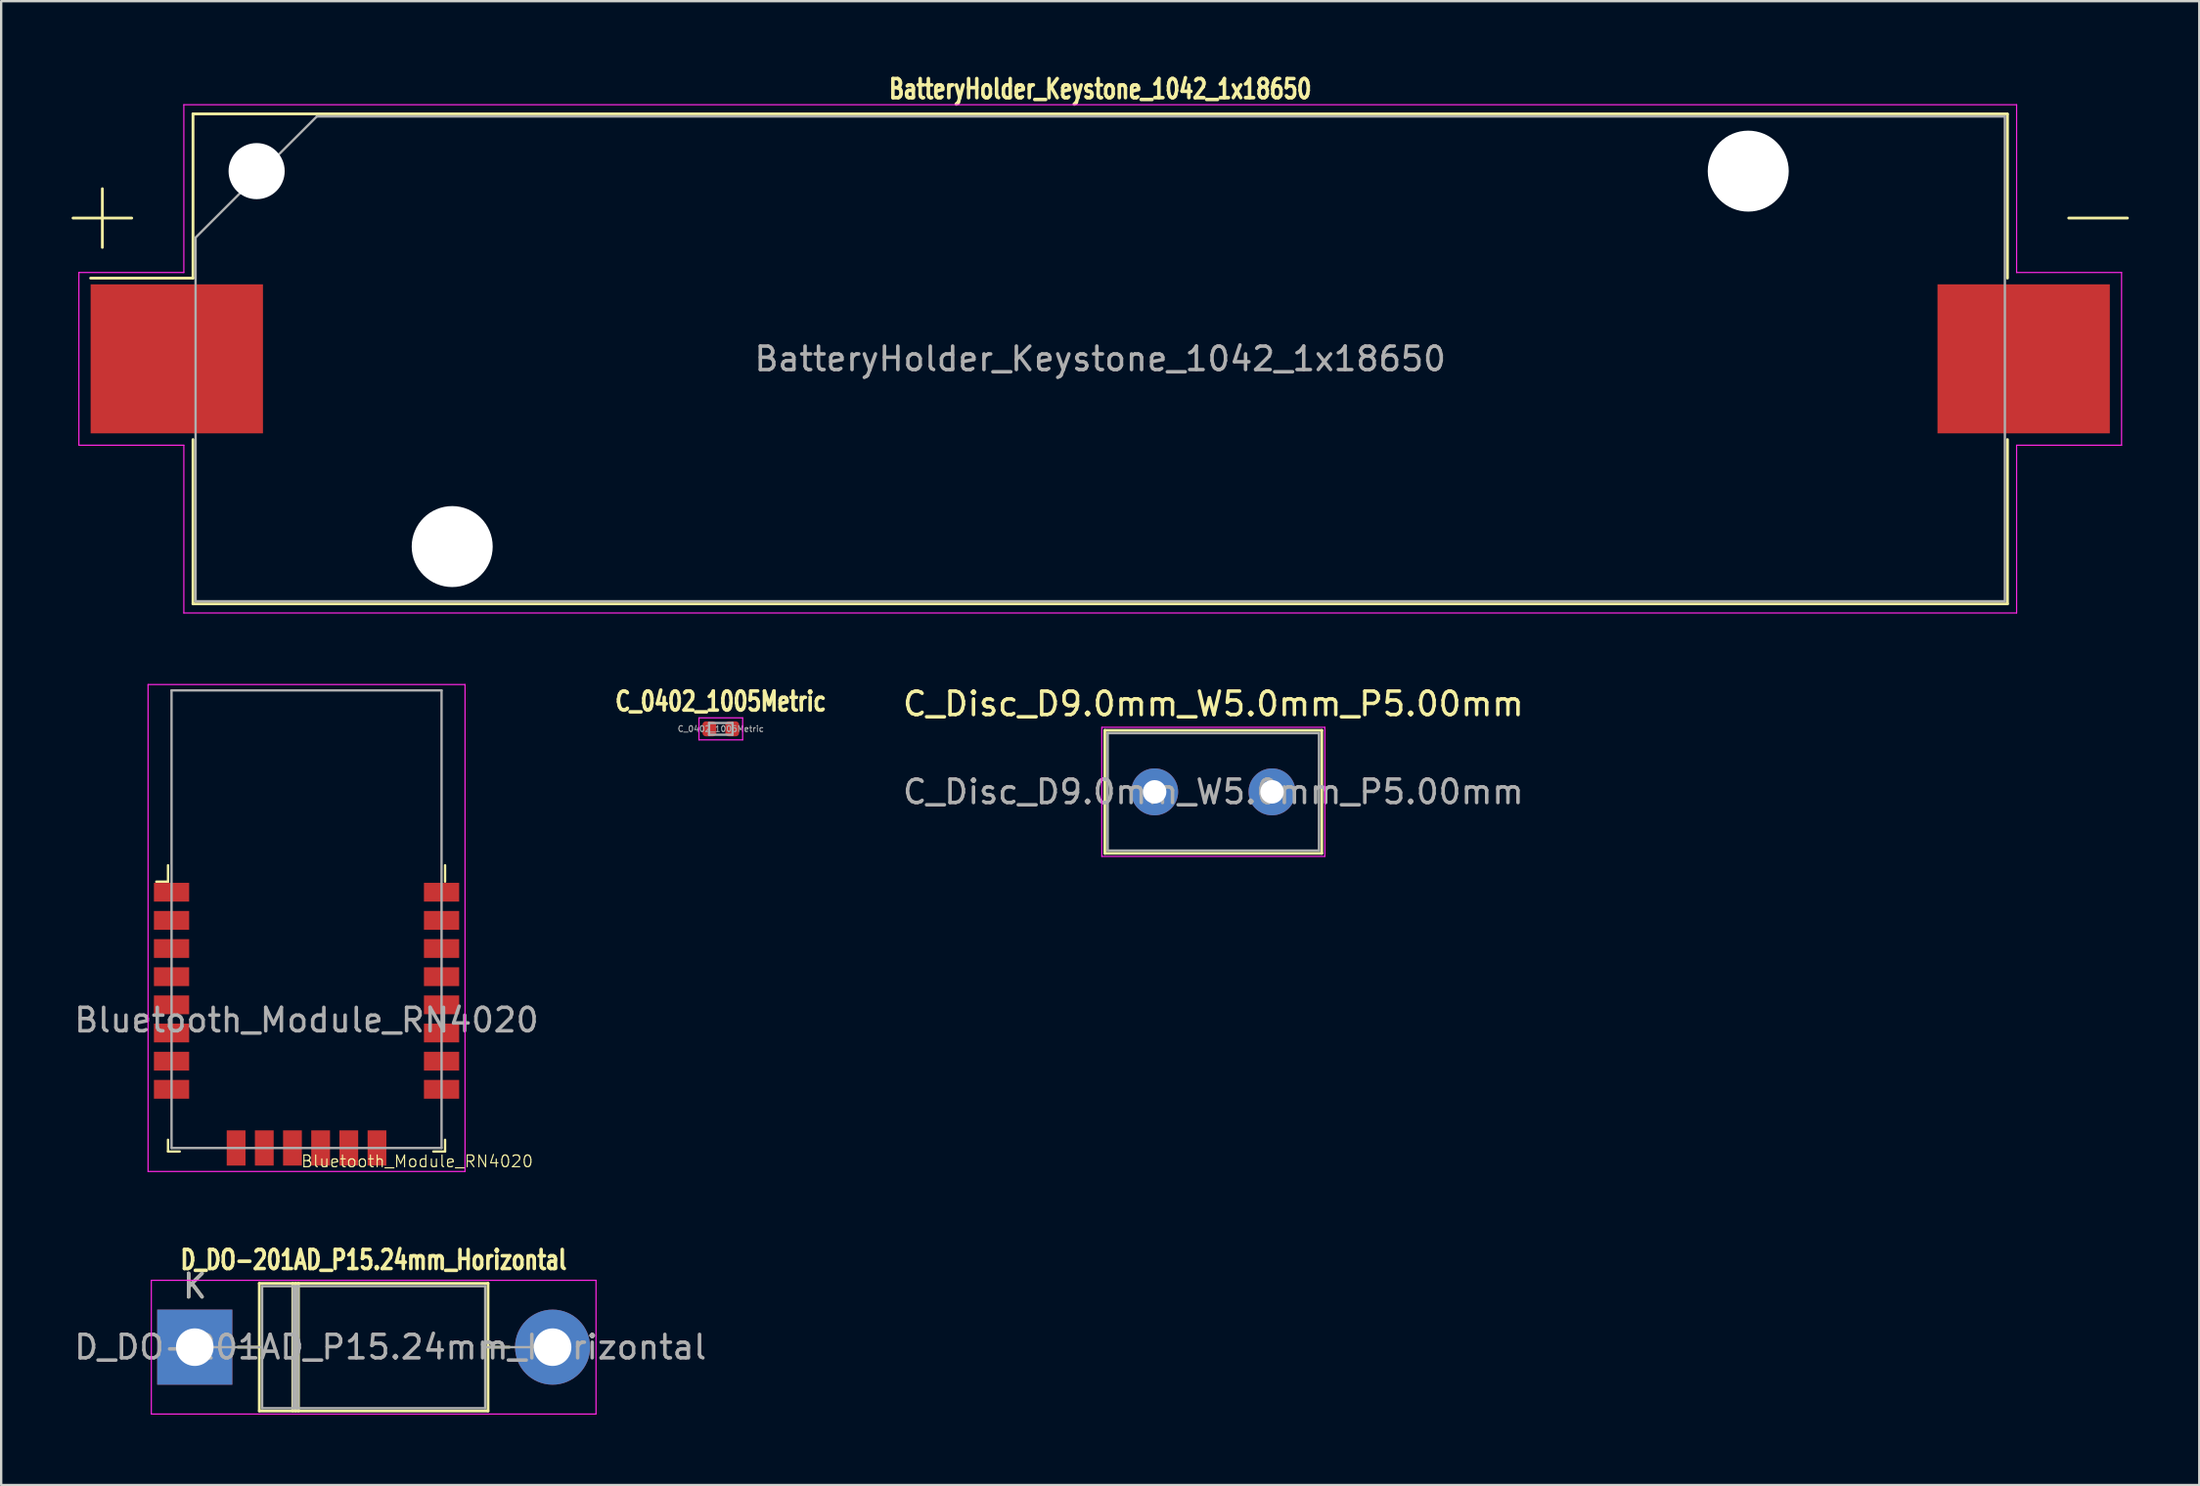
<source format=kicad_pcb>
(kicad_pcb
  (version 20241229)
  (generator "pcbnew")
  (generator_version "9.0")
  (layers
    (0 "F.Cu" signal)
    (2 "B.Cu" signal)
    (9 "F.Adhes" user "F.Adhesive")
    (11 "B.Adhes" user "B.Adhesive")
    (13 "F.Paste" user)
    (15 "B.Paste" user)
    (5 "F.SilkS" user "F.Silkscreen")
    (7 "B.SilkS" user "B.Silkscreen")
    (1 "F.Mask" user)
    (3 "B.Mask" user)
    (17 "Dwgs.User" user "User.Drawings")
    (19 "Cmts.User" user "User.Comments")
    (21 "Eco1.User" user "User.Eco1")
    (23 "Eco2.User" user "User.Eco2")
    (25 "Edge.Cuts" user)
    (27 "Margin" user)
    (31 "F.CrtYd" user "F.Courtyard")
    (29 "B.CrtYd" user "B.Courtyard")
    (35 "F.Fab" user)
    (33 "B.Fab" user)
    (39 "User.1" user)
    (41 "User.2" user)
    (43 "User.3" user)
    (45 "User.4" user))
  (footprint "Bluetooth_Module_RN4020"
    (layer "F.Cu")
    (at 10.006 40.423)
    (property "Reference" "Bluetooth_Module_RN4020" (at 4.71 6.02 0) (layer "F.SilkS") (effects (font (size 0.5 0.5) (thickness 0.05))))
    (attr through_hole)
    (fp_line (start -5.9 -5.9) (end -6.4 -5.9) (stroke (width 0.1) (type solid)) (layer "F.SilkS"))
    (fp_line (start -5.9 -5.9) (end -5.9 -6.6) (stroke (width 0.1) (type solid)) (layer "F.SilkS"))
    (fp_line (start -5.9 5.6) (end -5.9 5.1) (stroke (width 0.1) (type solid)) (layer "F.SilkS"))
    (fp_line (start -5.9 5.6) (end -5.4 5.6) (stroke (width 0.1) (type solid)) (layer "F.SilkS"))
    (fp_line (start 5.9 -5.9) (end 5.9 -6.6) (stroke (width 0.1) (type solid)) (layer "F.SilkS"))
    (fp_line (start 5.9 5.6) (end 5.4 5.6) (stroke (width 0.1) (type solid)) (layer "F.SilkS"))
    (fp_line (start 5.9 5.6) (end 5.9 5.1) (stroke (width 0.1) (type solid)) (layer "F.SilkS"))
    (fp_line (start -6.75 -14.3) (end 6.75 -14.3) (stroke (width 0.05) (type solid)) (layer "F.CrtYd"))
    (fp_line (start -6.75 6.45) (end -6.75 -14.3) (stroke (width 0.05) (type solid)) (layer "F.CrtYd"))
    (fp_line (start -6.75 6.45) (end 6.75 6.45) (stroke (width 0.05) (type solid)) (layer "F.CrtYd"))
    (fp_line (start 6.75 6.45) (end 6.75 -14.3) (stroke (width 0.05) (type solid)) (layer "F.CrtYd"))
    (fp_line (start -5.75 -14.05) (end -5.75 5.45) (stroke (width 0.1) (type solid)) (layer "F.Fab"))
    (fp_line (start 5.75 -14.05) (end -5.75 -14.05) (stroke (width 0.1) (type solid)) (layer "F.Fab"))
    (fp_line (start 5.75 -14.05) (end 5.75 5.45) (stroke (width 0.1) (type solid)) (layer "F.Fab"))
    (fp_line (start 5.75 5.45) (end -5.75 5.45) (stroke (width 0.1) (type solid)) (layer "F.Fab"))
    (fp_text user "${REFERENCE}" (at 0 0 0) (layer "F.Fab") (effects (font (size 1 1) (thickness 0.15))))
    (pad "1" smd rect (at -5.75 -5.45) (size 1.5 0.8) (layers "F.Cu" "F.Mask" "F.Paste"))
    (pad "2" smd rect (at -5.75 -4.25) (size 1.5 0.8) (layers "F.Cu" "F.Mask" "F.Paste"))
    (pad "3" smd rect (at -5.75 -3.05) (size 1.5 0.8) (layers "F.Cu" "F.Mask" "F.Paste"))
    (pad "4" smd rect (at -5.75 -1.85) (size 1.5 0.8) (layers "F.Cu" "F.Mask" "F.Paste"))
    (pad "5" smd rect (at -5.75 -0.65) (size 1.5 0.8) (layers "F.Cu" "F.Mask" "F.Paste"))
    (pad "6" smd rect (at -5.75 0.55) (size 1.5 0.8) (layers "F.Cu" "F.Mask" "F.Paste"))
    (pad "7" smd rect (at -5.75 1.75) (size 1.5 0.8) (layers "F.Cu" "F.Mask" "F.Paste"))
    (pad "8" smd rect (at -5.75 2.95) (size 1.5 0.8) (layers "F.Cu" "F.Mask" "F.Paste"))
    (pad "10" smd rect (at -3 5.45) (size 0.8 1.5) (layers "F.Cu" "F.Mask" "F.Paste"))
    (pad "11" smd rect (at -1.8 5.45) (size 0.8 1.5) (layers "F.Cu" "F.Mask" "F.Paste"))
    (pad "12" smd rect (at -0.6 5.45) (size 0.8 1.5) (layers "F.Cu" "F.Mask" "F.Paste"))
    (pad "13" smd rect (at 0.6 5.45) (size 0.8 1.5) (layers "F.Cu" "F.Mask" "F.Paste"))
    (pad "14" smd rect (at 1.8 5.45) (size 0.8 1.5) (layers "F.Cu" "F.Mask" "F.Paste"))
    (pad "15" smd rect (at 3 5.45) (size 0.8 1.5) (layers "F.Cu" "F.Mask" "F.Paste"))
    (pad "17" smd rect (at 5.75 2.95) (size 1.5 0.8) (layers "F.Cu" "F.Mask" "F.Paste"))
    (pad "18" smd rect (at 5.75 1.75) (size 1.5 0.8) (layers "F.Cu" "F.Mask" "F.Paste"))
    (pad "19" smd rect (at 5.75 0.55) (size 1.5 0.8) (layers "F.Cu" "F.Mask" "F.Paste"))
    (pad "20" smd rect (at 5.75 -0.65) (size 1.5 0.8) (layers "F.Cu" "F.Mask" "F.Paste"))
    (pad "21" smd rect (at 5.75 -1.85) (size 1.5 0.8) (layers "F.Cu" "F.Mask" "F.Paste"))
    (pad "22" smd rect (at 5.75 -3.05) (size 1.5 0.8) (layers "F.Cu" "F.Mask" "F.Paste"))
    (pad "23" smd rect (at 5.75 -4.25) (size 1.5 0.8) (layers "F.Cu" "F.Mask" "F.Paste"))
    (pad "24" smd rect (at 5.75 -5.45) (size 1.5 0.8) (layers "F.Cu" "F.Mask" "F.Paste")))
  (footprint "C_0402_1005Metric"
    (layer "F.Cu")
    (at 27.65 28.011)
    (property "Reference" "C_0402_1005Metric" (at 0 -1.17 0) (layer "F.SilkS") (effects (font (size 0.813 0.61) (thickness 0.152))))
    (attr smd)
    (fp_line (start -0.93 -0.47) (end 0.93 -0.47) (stroke (width 0.05) (type solid)) (layer "F.CrtYd"))
    (fp_line (start -0.93 0.47) (end -0.93 -0.47) (stroke (width 0.05) (type solid)) (layer "F.CrtYd"))
    (fp_line (start 0.93 -0.47) (end 0.93 0.47) (stroke (width 0.05) (type solid)) (layer "F.CrtYd"))
    (fp_line (start 0.93 0.47) (end -0.93 0.47) (stroke (width 0.05) (type solid)) (layer "F.CrtYd"))
    (fp_line (start -0.5 -0.25) (end 0.5 -0.25) (stroke (width 0.1) (type solid)) (layer "F.Fab"))
    (fp_line (start -0.5 0.25) (end -0.5 -0.25) (stroke (width 0.1) (type solid)) (layer "F.Fab"))
    (fp_line (start 0.5 -0.25) (end 0.5 0.25) (stroke (width 0.1) (type solid)) (layer "F.Fab"))
    (fp_line (start 0.5 0.25) (end -0.5 0.25) (stroke (width 0.1) (type solid)) (layer "F.Fab"))
    (fp_text user "${REFERENCE}" (at 0 0 0) (layer "F.Fab") (effects (font (size 0.25 0.25) (thickness 0.04))))
    (pad "1" smd roundrect (at -0.485 0) (size 0.59 0.64) (layers "F.Cu" "F.Mask" "F.Paste") (roundrect_rratio 0.25))
    (pad "2" smd roundrect (at 0.485 0) (size 0.59 0.64) (layers "F.Cu" "F.Mask" "F.Paste") (roundrect_rratio 0.25)))
  (footprint "BatteryHolder_Keystone_1042_1x18650"
    (layer "F.Cu")
    (at 43.81 12.243)
    (property "Reference" "BatteryHolder_Keystone_1042_1x18650" (at 0 -11.5 0) (layer "F.SilkS") (effects (font (size 0.813 0.61) (thickness 0.152))))
    (attr smd)
    (fp_line (start -43.75 -6) (end -41.25 -6) (stroke (width 0.12) (type solid)) (layer "F.SilkS"))
    (fp_line (start -42.5 -4.75) (end -42.5 -7.25) (stroke (width 0.12) (type solid)) (layer "F.SilkS"))
    (fp_line (start -38.64 -10.44) (end -38.64 -3.44) (stroke (width 0.12) (type solid)) (layer "F.SilkS"))
    (fp_line (start -38.64 -3.44) (end -43 -3.44) (stroke (width 0.12) (type solid)) (layer "F.SilkS"))
    (fp_line (start -38.64 10.44) (end -38.64 3.44) (stroke (width 0.12) (type solid)) (layer "F.SilkS"))
    (fp_line (start 38.64 -10.44) (end -38.64 -10.44) (stroke (width 0.12) (type solid)) (layer "F.SilkS"))
    (fp_line (start 38.64 -3.44) (end 38.64 -10.42) (stroke (width 0.12) (type solid)) (layer "F.SilkS"))
    (fp_line (start 38.64 3.44) (end 38.64 10.44) (stroke (width 0.12) (type solid)) (layer "F.SilkS"))
    (fp_line (start 38.64 10.44) (end -38.64 10.44) (stroke (width 0.12) (type solid)) (layer "F.SilkS"))
    (fp_line (start 43.75 -6) (end 41.25 -6) (stroke (width 0.12) (type solid)) (layer "F.SilkS"))
    (fp_line (start -43.5 -3.68) (end -39.03 -3.68) (stroke (width 0.05) (type solid)) (layer "F.CrtYd"))
    (fp_line (start -43.5 3.68) (end -43.5 -3.68) (stroke (width 0.05) (type solid)) (layer "F.CrtYd"))
    (fp_line (start -39.03 -10.83) (end -39.03 -3.68) (stroke (width 0.05) (type solid)) (layer "F.CrtYd"))
    (fp_line (start -39.03 -10.83) (end 39.03 -10.83) (stroke (width 0.05) (type solid)) (layer "F.CrtYd"))
    (fp_line (start -39.03 3.68) (end -43.5 3.68) (stroke (width 0.05) (type solid)) (layer "F.CrtYd"))
    (fp_line (start -39.03 10.83) (end -39.03 3.68) (stroke (width 0.05) (type solid)) (layer "F.CrtYd"))
    (fp_line (start -39.03 10.83) (end 39.03 10.83) (stroke (width 0.05) (type solid)) (layer "F.CrtYd"))
    (fp_line (start 39.03 -10.83) (end 39.03 -3.68) (stroke (width 0.05) (type solid)) (layer "F.CrtYd"))
    (fp_line (start 39.03 3.68) (end 43.5 3.68) (stroke (width 0.05) (type solid)) (layer "F.CrtYd"))
    (fp_line (start 39.03 10.83) (end 39.03 3.68) (stroke (width 0.05) (type solid)) (layer "F.CrtYd"))
    (fp_line (start 43.5 -3.68) (end 39.03 -3.68) (stroke (width 0.05) (type solid)) (layer "F.CrtYd"))
    (fp_line (start 43.5 3.68) (end 43.5 -3.68) (stroke (width 0.05) (type solid)) (layer "F.CrtYd"))
    (fp_line (start -38.53 -5.168) (end -38.53 10.33) (stroke (width 0.1) (type solid)) (layer "F.Fab"))
    (fp_line (start -38.53 10.33) (end 38.53 10.33) (stroke (width 0.1) (type solid)) (layer "F.Fab"))
    (fp_line (start -33.367 -10.33) (end -38.53 -5.168) (stroke (width 0.1) (type solid)) (layer "F.Fab"))
    (fp_line (start -33.367 -10.33) (end 38.53 -10.33) (stroke (width 0.1) (type solid)) (layer "F.Fab"))
    (fp_line (start 38.53 -10.33) (end 38.53 10.33) (stroke (width 0.1) (type solid)) (layer "F.Fab"))
    (fp_text user "${REFERENCE}" (at 0 0 0) (layer "F.Fab") (effects (font (size 1 1) (thickness 0.15))))
    (pad "" np_thru_hole circle (at -35.93 -8) (size 2.39 2.39) (drill 2.39) (layers "*.Cu" "*.Mask"))
    (pad "" np_thru_hole circle (at -27.6 8) (size 3.45 3.45) (drill 3.45) (layers "*.Cu" "*.Mask"))
    (pad "" np_thru_hole circle (at 27.6 -8) (size 3.45 3.45) (drill 3.45) (layers "*.Cu" "*.Mask"))
    (pad "1" smd rect (at -39.33 0) (size 7.34 6.35) (layers "F.Cu" "F.Mask" "F.Paste"))
    (pad "2" smd rect (at 39.33 0) (size 7.34 6.35) (layers "F.Cu" "F.Mask" "F.Paste")))
  (footprint "C_Disc_D9.0mm_W5.0mm_P5.00mm"
    (layer "F.Cu")
    (at 46.127 30.696)
    (property "Reference" "C_Disc_D9.0mm_W5.0mm_P5.00mm" (at 2.5 -3.75 0) (layer "F.SilkS") (effects (font (size 1 1) (thickness 0.15))))
    (attr through_hole)
    (fp_line (start -2.12 -2.62) (end -2.12 2.62) (stroke (width 0.12) (type solid)) (layer "F.SilkS"))
    (fp_line (start -2.12 -2.62) (end 7.12 -2.62) (stroke (width 0.12) (type solid)) (layer "F.SilkS"))
    (fp_line (start -2.12 2.62) (end 7.12 2.62) (stroke (width 0.12) (type solid)) (layer "F.SilkS"))
    (fp_line (start 7.12 -2.62) (end 7.12 2.62) (stroke (width 0.12) (type solid)) (layer "F.SilkS"))
    (fp_line (start -2.25 -2.75) (end -2.25 2.75) (stroke (width 0.05) (type solid)) (layer "F.CrtYd"))
    (fp_line (start -2.25 2.75) (end 7.25 2.75) (stroke (width 0.05) (type solid)) (layer "F.CrtYd"))
    (fp_line (start 7.25 -2.75) (end -2.25 -2.75) (stroke (width 0.05) (type solid)) (layer "F.CrtYd"))
    (fp_line (start 7.25 2.75) (end 7.25 -2.75) (stroke (width 0.05) (type solid)) (layer "F.CrtYd"))
    (fp_line (start -2 -2.5) (end -2 2.5) (stroke (width 0.1) (type solid)) (layer "F.Fab"))
    (fp_line (start -2 2.5) (end 7 2.5) (stroke (width 0.1) (type solid)) (layer "F.Fab"))
    (fp_line (start 7 -2.5) (end -2 -2.5) (stroke (width 0.1) (type solid)) (layer "F.Fab"))
    (fp_line (start 7 2.5) (end 7 -2.5) (stroke (width 0.1) (type solid)) (layer "F.Fab"))
    (fp_text user "${REFERENCE}" (at 2.5 0 0) (layer "F.Fab") (effects (font (size 1 1) (thickness 0.15))))
    (pad "1" thru_hole circle (at 0 0) (size 2 2) (drill 1) (layers "*.Cu" "*.Mask"))
    (pad "2" thru_hole circle (at 5 0) (size 2 2) (drill 1) (layers "*.Cu" "*.Mask")))
  (footprint "D_DO-201AD_P15.24mm_Horizontal"
    (layer "F.Cu")
    (at 5.245 54.361)
    (property "Reference" "D_DO-201AD_P15.24mm_Horizontal" (at 7.62 -3.72 0) (layer "F.SilkS") (effects (font (size 0.813 0.61) (thickness 0.152))))
    (attr through_hole)
    (fp_line (start 1.84 0) (end 2.75 0) (stroke (width 0.12) (type solid)) (layer "F.SilkS"))
    (fp_line (start 2.75 -2.72) (end 2.75 2.72) (stroke (width 0.12) (type solid)) (layer "F.SilkS"))
    (fp_line (start 2.75 2.72) (end 12.49 2.72) (stroke (width 0.12) (type solid)) (layer "F.SilkS"))
    (fp_line (start 4.175 -2.72) (end 4.175 2.72) (stroke (width 0.12) (type solid)) (layer "F.SilkS"))
    (fp_line (start 4.295 -2.72) (end 4.295 2.72) (stroke (width 0.12) (type solid)) (layer "F.SilkS"))
    (fp_line (start 4.415 -2.72) (end 4.415 2.72) (stroke (width 0.12) (type solid)) (layer "F.SilkS"))
    (fp_line (start 12.49 -2.72) (end 2.75 -2.72) (stroke (width 0.12) (type solid)) (layer "F.SilkS"))
    (fp_line (start 12.49 2.72) (end 12.49 -2.72) (stroke (width 0.12) (type solid)) (layer "F.SilkS"))
    (fp_line (start 13.4 0) (end 12.49 0) (stroke (width 0.12) (type solid)) (layer "F.SilkS"))
    (fp_line (start -1.85 -2.85) (end -1.85 2.85) (stroke (width 0.05) (type solid)) (layer "F.CrtYd"))
    (fp_line (start -1.85 2.85) (end 17.09 2.85) (stroke (width 0.05) (type solid)) (layer "F.CrtYd"))
    (fp_line (start 17.09 -2.85) (end -1.85 -2.85) (stroke (width 0.05) (type solid)) (layer "F.CrtYd"))
    (fp_line (start 17.09 2.85) (end 17.09 -2.85) (stroke (width 0.05) (type solid)) (layer "F.CrtYd"))
    (fp_line (start 0 0) (end 2.87 0) (stroke (width 0.1) (type solid)) (layer "F.Fab"))
    (fp_line (start 2.87 -2.6) (end 2.87 2.6) (stroke (width 0.1) (type solid)) (layer "F.Fab"))
    (fp_line (start 2.87 2.6) (end 12.37 2.6) (stroke (width 0.1) (type solid)) (layer "F.Fab"))
    (fp_line (start 4.195 -2.6) (end 4.195 2.6) (stroke (width 0.1) (type solid)) (layer "F.Fab"))
    (fp_line (start 4.295 -2.6) (end 4.295 2.6) (stroke (width 0.1) (type solid)) (layer "F.Fab"))
    (fp_line (start 4.395 -2.6) (end 4.395 2.6) (stroke (width 0.1) (type solid)) (layer "F.Fab"))
    (fp_line (start 12.37 -2.6) (end 2.87 -2.6) (stroke (width 0.1) (type solid)) (layer "F.Fab"))
    (fp_line (start 12.37 2.6) (end 12.37 -2.6) (stroke (width 0.1) (type solid)) (layer "F.Fab"))
    (fp_line (start 15.24 0) (end 12.37 0) (stroke (width 0.1) (type solid)) (layer "F.Fab"))
    (fp_text user "K" (at 0 -2.6 0) (layer "F.SilkS") (effects (font (size 1 1) (thickness 0.15))))
    (fp_text user "${REFERENCE}" (at 8.332 0 0) (layer "F.Fab") (effects (font (size 1 1) (thickness 0.15))))
    (fp_text user "K" (at 0 -2.6 0) (layer "F.Fab") (effects (font (size 1 1) (thickness 0.15))))
    (pad "1" thru_hole rect (at 0 0) (size 3.2 3.2) (drill 1.6) (layers "*.Cu" "*.Mask"))
    (pad "2" thru_hole oval (at 15.24 0) (size 3.2 3.2) (drill 1.6) (layers "*.Cu" "*.Mask")))
  (gr_rect
    (start -3 -3)
    (end 90.62 60.236)
    (stroke (width 0.1) (type default))
    (fill no)
    (layer "Edge.Cuts")))
</source>
